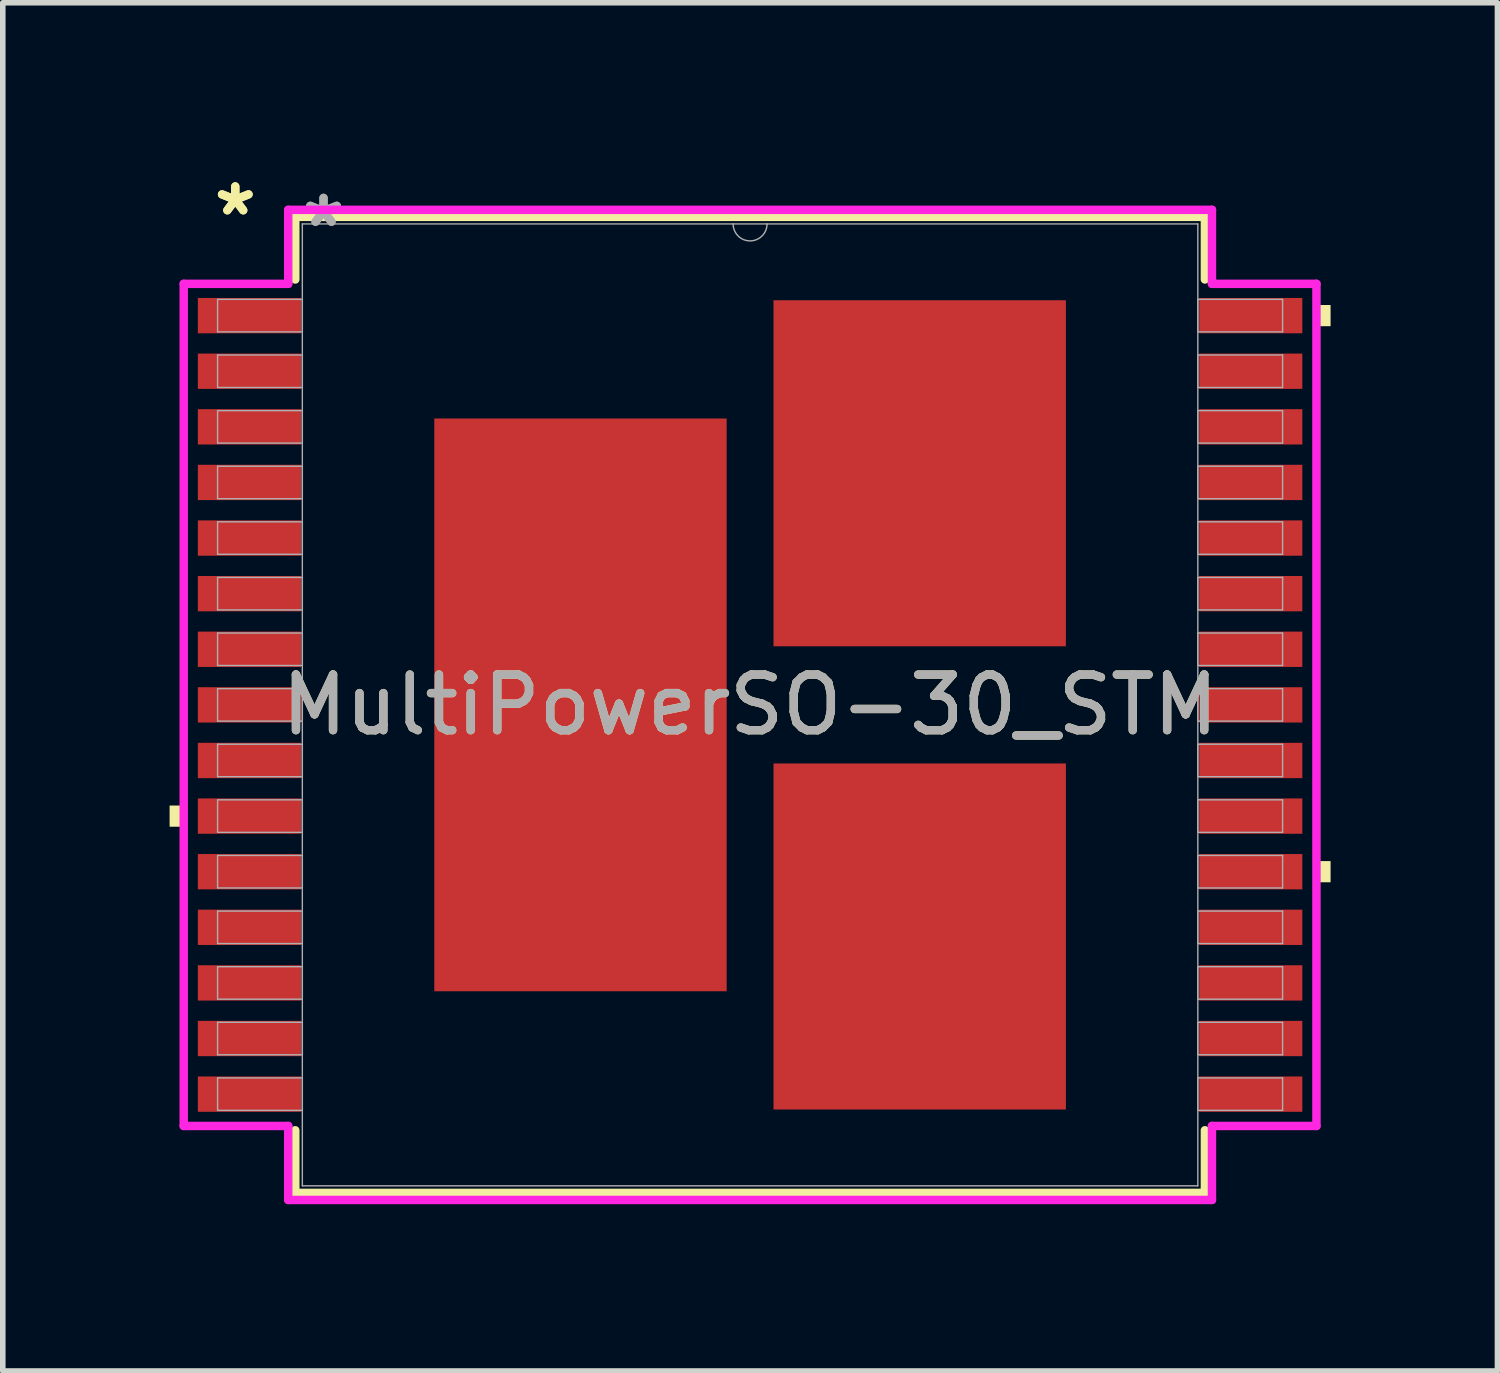
<source format=kicad_pcb>
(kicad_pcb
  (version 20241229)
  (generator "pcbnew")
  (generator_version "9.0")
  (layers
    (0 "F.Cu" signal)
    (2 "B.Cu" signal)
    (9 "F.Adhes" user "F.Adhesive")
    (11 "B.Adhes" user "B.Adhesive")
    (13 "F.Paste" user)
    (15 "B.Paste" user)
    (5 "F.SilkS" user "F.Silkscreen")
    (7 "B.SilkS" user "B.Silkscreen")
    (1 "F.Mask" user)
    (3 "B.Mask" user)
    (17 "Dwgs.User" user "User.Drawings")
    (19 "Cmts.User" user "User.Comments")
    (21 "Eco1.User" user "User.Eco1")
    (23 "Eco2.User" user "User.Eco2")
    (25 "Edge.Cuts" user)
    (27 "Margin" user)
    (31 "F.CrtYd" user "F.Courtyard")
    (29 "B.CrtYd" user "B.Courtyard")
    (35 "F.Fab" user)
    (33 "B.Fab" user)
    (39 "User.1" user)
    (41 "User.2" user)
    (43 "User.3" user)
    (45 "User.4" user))
  (footprint "MultiPowerSO-30_STM"
    (layer "F.Cu")
    (at 10.439 9.626)
    (property "Reference" "MultiPowerSO-30_STM" (at 0 0 0) (unlocked yes) (layer "F.SilkS") (effects (font (size 1 1) (thickness 0.15))))
    (attr smd)
    (fp_line (start -8.179 -8.776) (end -8.179 -7.65) (stroke (width 0.152) (type solid)) (layer "F.SilkS"))
    (fp_line (start -8.179 7.65) (end -8.179 8.776) (stroke (width 0.152) (type solid)) (layer "F.SilkS"))
    (fp_line (start -8.179 8.776) (end 8.179 8.776) (stroke (width 0.152) (type solid)) (layer "F.SilkS"))
    (fp_line (start 8.179 -8.776) (end -8.179 -8.776) (stroke (width 0.152) (type solid)) (layer "F.SilkS"))
    (fp_line (start 8.179 -7.65) (end 8.179 -8.776) (stroke (width 0.152) (type solid)) (layer "F.SilkS"))
    (fp_line (start 8.179 8.776) (end 8.179 7.65) (stroke (width 0.152) (type solid)) (layer "F.SilkS"))
    (fp_poly (pts (xy -10.439 1.81) (xy -10.439 2.191) (xy -10.185 2.191) (xy -10.185 1.81)) (stroke (width 0) (type solid)) (fill yes) (layer "F.SilkS"))
    (fp_poly (pts (xy 10.439 -7.191) (xy 10.439 -6.81) (xy 10.185 -6.81) (xy 10.185 -7.191)) (stroke (width 0) (type solid)) (fill yes) (layer "F.SilkS"))
    (fp_poly (pts (xy 10.439 2.809) (xy 10.439 3.19) (xy 10.185 3.19) (xy 10.185 2.809)) (stroke (width 0) (type solid)) (fill yes) (layer "F.SilkS"))
    (fp_line (start -10.185 -7.572) (end -8.306 -7.572) (stroke (width 0.152) (type solid)) (layer "F.CrtYd"))
    (fp_line (start -10.185 7.572) (end -10.185 -7.572) (stroke (width 0.152) (type solid)) (layer "F.CrtYd"))
    (fp_line (start -10.185 7.572) (end -8.306 7.572) (stroke (width 0.152) (type solid)) (layer "F.CrtYd"))
    (fp_line (start -8.306 -8.903) (end 8.306 -8.903) (stroke (width 0.152) (type solid)) (layer "F.CrtYd"))
    (fp_line (start -8.306 -7.572) (end -8.306 -8.903) (stroke (width 0.152) (type solid)) (layer "F.CrtYd"))
    (fp_line (start -8.306 8.903) (end -8.306 7.572) (stroke (width 0.152) (type solid)) (layer "F.CrtYd"))
    (fp_line (start 8.306 -8.903) (end 8.306 -7.572) (stroke (width 0.152) (type solid)) (layer "F.CrtYd"))
    (fp_line (start 8.306 7.572) (end 8.306 8.903) (stroke (width 0.152) (type solid)) (layer "F.CrtYd"))
    (fp_line (start 8.306 8.903) (end -8.306 8.903) (stroke (width 0.152) (type solid)) (layer "F.CrtYd"))
    (fp_line (start 10.185 -7.572) (end 8.306 -7.572) (stroke (width 0.152) (type solid)) (layer "F.CrtYd"))
    (fp_line (start 10.185 -7.572) (end 10.185 7.572) (stroke (width 0.152) (type solid)) (layer "F.CrtYd"))
    (fp_line (start 10.185 7.572) (end 8.306 7.572) (stroke (width 0.152) (type solid)) (layer "F.CrtYd"))
    (fp_line (start -9.576 -7.292) (end -9.576 -6.708) (stroke (width 0.025) (type solid)) (layer "F.Fab"))
    (fp_line (start -9.576 -6.708) (end -8.052 -6.708) (stroke (width 0.025) (type solid)) (layer "F.Fab"))
    (fp_line (start -9.576 -6.292) (end -9.576 -5.708) (stroke (width 0.025) (type solid)) (layer "F.Fab"))
    (fp_line (start -9.576 -5.708) (end -8.052 -5.708) (stroke (width 0.025) (type solid)) (layer "F.Fab"))
    (fp_line (start -9.576 -5.292) (end -9.576 -4.708) (stroke (width 0.025) (type solid)) (layer "F.Fab"))
    (fp_line (start -9.576 -4.708) (end -8.052 -4.708) (stroke (width 0.025) (type solid)) (layer "F.Fab"))
    (fp_line (start -9.576 -4.292) (end -9.576 -3.708) (stroke (width 0.025) (type solid)) (layer "F.Fab"))
    (fp_line (start -9.576 -3.708) (end -8.052 -3.708) (stroke (width 0.025) (type solid)) (layer "F.Fab"))
    (fp_line (start -9.576 -3.292) (end -9.576 -2.708) (stroke (width 0.025) (type solid)) (layer "F.Fab"))
    (fp_line (start -9.576 -2.708) (end -8.052 -2.708) (stroke (width 0.025) (type solid)) (layer "F.Fab"))
    (fp_line (start -9.576 -2.292) (end -9.576 -1.708) (stroke (width 0.025) (type solid)) (layer "F.Fab"))
    (fp_line (start -9.576 -1.708) (end -8.052 -1.708) (stroke (width 0.025) (type solid)) (layer "F.Fab"))
    (fp_line (start -9.576 -1.292) (end -9.576 -0.708) (stroke (width 0.025) (type solid)) (layer "F.Fab"))
    (fp_line (start -9.576 -0.708) (end -8.052 -0.708) (stroke (width 0.025) (type solid)) (layer "F.Fab"))
    (fp_line (start -9.576 -0.292) (end -9.576 0.292) (stroke (width 0.025) (type solid)) (layer "F.Fab"))
    (fp_line (start -9.576 0.292) (end -8.052 0.292) (stroke (width 0.025) (type solid)) (layer "F.Fab"))
    (fp_line (start -9.576 0.708) (end -9.576 1.292) (stroke (width 0.025) (type solid)) (layer "F.Fab"))
    (fp_line (start -9.576 1.292) (end -8.052 1.292) (stroke (width 0.025) (type solid)) (layer "F.Fab"))
    (fp_line (start -9.576 1.708) (end -9.576 2.292) (stroke (width 0.025) (type solid)) (layer "F.Fab"))
    (fp_line (start -9.576 2.292) (end -8.052 2.292) (stroke (width 0.025) (type solid)) (layer "F.Fab"))
    (fp_line (start -9.576 2.708) (end -9.576 3.292) (stroke (width 0.025) (type solid)) (layer "F.Fab"))
    (fp_line (start -9.576 3.292) (end -8.052 3.292) (stroke (width 0.025) (type solid)) (layer "F.Fab"))
    (fp_line (start -9.576 3.708) (end -9.576 4.292) (stroke (width 0.025) (type solid)) (layer "F.Fab"))
    (fp_line (start -9.576 4.292) (end -8.052 4.292) (stroke (width 0.025) (type solid)) (layer "F.Fab"))
    (fp_line (start -9.576 4.708) (end -9.576 5.292) (stroke (width 0.025) (type solid)) (layer "F.Fab"))
    (fp_line (start -9.576 5.292) (end -8.052 5.292) (stroke (width 0.025) (type solid)) (layer "F.Fab"))
    (fp_line (start -9.576 5.708) (end -9.576 6.292) (stroke (width 0.025) (type solid)) (layer "F.Fab"))
    (fp_line (start -9.576 6.292) (end -8.052 6.292) (stroke (width 0.025) (type solid)) (layer "F.Fab"))
    (fp_line (start -9.576 6.708) (end -9.576 7.292) (stroke (width 0.025) (type solid)) (layer "F.Fab"))
    (fp_line (start -9.576 7.292) (end -8.052 7.292) (stroke (width 0.025) (type solid)) (layer "F.Fab"))
    (fp_line (start -8.052 -8.649) (end -8.052 8.649) (stroke (width 0.025) (type solid)) (layer "F.Fab"))
    (fp_line (start -8.052 -7.292) (end -9.576 -7.292) (stroke (width 0.025) (type solid)) (layer "F.Fab"))
    (fp_line (start -8.052 -6.708) (end -8.052 -7.292) (stroke (width 0.025) (type solid)) (layer "F.Fab"))
    (fp_line (start -8.052 -6.292) (end -9.576 -6.292) (stroke (width 0.025) (type solid)) (layer "F.Fab"))
    (fp_line (start -8.052 -5.708) (end -8.052 -6.292) (stroke (width 0.025) (type solid)) (layer "F.Fab"))
    (fp_line (start -8.052 -5.292) (end -9.576 -5.292) (stroke (width 0.025) (type solid)) (layer "F.Fab"))
    (fp_line (start -8.052 -4.708) (end -8.052 -5.292) (stroke (width 0.025) (type solid)) (layer "F.Fab"))
    (fp_line (start -8.052 -4.292) (end -9.576 -4.292) (stroke (width 0.025) (type solid)) (layer "F.Fab"))
    (fp_line (start -8.052 -3.708) (end -8.052 -4.292) (stroke (width 0.025) (type solid)) (layer "F.Fab"))
    (fp_line (start -8.052 -3.292) (end -9.576 -3.292) (stroke (width 0.025) (type solid)) (layer "F.Fab"))
    (fp_line (start -8.052 -2.708) (end -8.052 -3.292) (stroke (width 0.025) (type solid)) (layer "F.Fab"))
    (fp_line (start -8.052 -2.292) (end -9.576 -2.292) (stroke (width 0.025) (type solid)) (layer "F.Fab"))
    (fp_line (start -8.052 -1.708) (end -8.052 -2.292) (stroke (width 0.025) (type solid)) (layer "F.Fab"))
    (fp_line (start -8.052 -1.292) (end -9.576 -1.292) (stroke (width 0.025) (type solid)) (layer "F.Fab"))
    (fp_line (start -8.052 -0.708) (end -8.052 -1.292) (stroke (width 0.025) (type solid)) (layer "F.Fab"))
    (fp_line (start -8.052 -0.292) (end -9.576 -0.292) (stroke (width 0.025) (type solid)) (layer "F.Fab"))
    (fp_line (start -8.052 0.292) (end -8.052 -0.292) (stroke (width 0.025) (type solid)) (layer "F.Fab"))
    (fp_line (start -8.052 0.708) (end -9.576 0.708) (stroke (width 0.025) (type solid)) (layer "F.Fab"))
    (fp_line (start -8.052 1.292) (end -8.052 0.708) (stroke (width 0.025) (type solid)) (layer "F.Fab"))
    (fp_line (start -8.052 1.708) (end -9.576 1.708) (stroke (width 0.025) (type solid)) (layer "F.Fab"))
    (fp_line (start -8.052 2.292) (end -8.052 1.708) (stroke (width 0.025) (type solid)) (layer "F.Fab"))
    (fp_line (start -8.052 2.708) (end -9.576 2.708) (stroke (width 0.025) (type solid)) (layer "F.Fab"))
    (fp_line (start -8.052 3.292) (end -8.052 2.708) (stroke (width 0.025) (type solid)) (layer "F.Fab"))
    (fp_line (start -8.052 3.708) (end -9.576 3.708) (stroke (width 0.025) (type solid)) (layer "F.Fab"))
    (fp_line (start -8.052 4.292) (end -8.052 3.708) (stroke (width 0.025) (type solid)) (layer "F.Fab"))
    (fp_line (start -8.052 4.708) (end -9.576 4.708) (stroke (width 0.025) (type solid)) (layer "F.Fab"))
    (fp_line (start -8.052 5.292) (end -8.052 4.708) (stroke (width 0.025) (type solid)) (layer "F.Fab"))
    (fp_line (start -8.052 5.708) (end -9.576 5.708) (stroke (width 0.025) (type solid)) (layer "F.Fab"))
    (fp_line (start -8.052 6.292) (end -8.052 5.708) (stroke (width 0.025) (type solid)) (layer "F.Fab"))
    (fp_line (start -8.052 6.708) (end -9.576 6.708) (stroke (width 0.025) (type solid)) (layer "F.Fab"))
    (fp_line (start -8.052 7.292) (end -8.052 6.708) (stroke (width 0.025) (type solid)) (layer "F.Fab"))
    (fp_line (start -8.052 8.649) (end 8.052 8.649) (stroke (width 0.025) (type solid)) (layer "F.Fab"))
    (fp_line (start 8.052 -8.649) (end -8.052 -8.649) (stroke (width 0.025) (type solid)) (layer "F.Fab"))
    (fp_line (start 8.052 -7.292) (end 8.052 -6.708) (stroke (width 0.025) (type solid)) (layer "F.Fab"))
    (fp_line (start 8.052 -6.708) (end 9.576 -6.708) (stroke (width 0.025) (type solid)) (layer "F.Fab"))
    (fp_line (start 8.052 -6.292) (end 8.052 -5.708) (stroke (width 0.025) (type solid)) (layer "F.Fab"))
    (fp_line (start 8.052 -5.708) (end 9.576 -5.708) (stroke (width 0.025) (type solid)) (layer "F.Fab"))
    (fp_line (start 8.052 -5.292) (end 8.052 -4.708) (stroke (width 0.025) (type solid)) (layer "F.Fab"))
    (fp_line (start 8.052 -4.708) (end 9.576 -4.708) (stroke (width 0.025) (type solid)) (layer "F.Fab"))
    (fp_line (start 8.052 -4.292) (end 8.052 -3.708) (stroke (width 0.025) (type solid)) (layer "F.Fab"))
    (fp_line (start 8.052 -3.708) (end 9.576 -3.708) (stroke (width 0.025) (type solid)) (layer "F.Fab"))
    (fp_line (start 8.052 -3.292) (end 8.052 -2.708) (stroke (width 0.025) (type solid)) (layer "F.Fab"))
    (fp_line (start 8.052 -2.708) (end 9.576 -2.708) (stroke (width 0.025) (type solid)) (layer "F.Fab"))
    (fp_line (start 8.052 -2.292) (end 8.052 -1.708) (stroke (width 0.025) (type solid)) (layer "F.Fab"))
    (fp_line (start 8.052 -1.708) (end 9.576 -1.708) (stroke (width 0.025) (type solid)) (layer "F.Fab"))
    (fp_line (start 8.052 -1.292) (end 8.052 -0.708) (stroke (width 0.025) (type solid)) (layer "F.Fab"))
    (fp_line (start 8.052 -0.708) (end 9.576 -0.708) (stroke (width 0.025) (type solid)) (layer "F.Fab"))
    (fp_line (start 8.052 -0.292) (end 8.052 0.292) (stroke (width 0.025) (type solid)) (layer "F.Fab"))
    (fp_line (start 8.052 0.292) (end 9.576 0.292) (stroke (width 0.025) (type solid)) (layer "F.Fab"))
    (fp_line (start 8.052 0.708) (end 8.052 1.292) (stroke (width 0.025) (type solid)) (layer "F.Fab"))
    (fp_line (start 8.052 1.292) (end 9.576 1.292) (stroke (width 0.025) (type solid)) (layer "F.Fab"))
    (fp_line (start 8.052 1.708) (end 8.052 2.292) (stroke (width 0.025) (type solid)) (layer "F.Fab"))
    (fp_line (start 8.052 2.292) (end 9.576 2.292) (stroke (width 0.025) (type solid)) (layer "F.Fab"))
    (fp_line (start 8.052 2.708) (end 8.052 3.292) (stroke (width 0.025) (type solid)) (layer "F.Fab"))
    (fp_line (start 8.052 3.292) (end 9.576 3.292) (stroke (width 0.025) (type solid)) (layer "F.Fab"))
    (fp_line (start 8.052 3.708) (end 8.052 4.292) (stroke (width 0.025) (type solid)) (layer "F.Fab"))
    (fp_line (start 8.052 4.292) (end 9.576 4.292) (stroke (width 0.025) (type solid)) (layer "F.Fab"))
    (fp_line (start 8.052 4.708) (end 8.052 5.292) (stroke (width 0.025) (type solid)) (layer "F.Fab"))
    (fp_line (start 8.052 5.292) (end 9.576 5.292) (stroke (width 0.025) (type solid)) (layer "F.Fab"))
    (fp_line (start 8.052 5.708) (end 8.052 6.292) (stroke (width 0.025) (type solid)) (layer "F.Fab"))
    (fp_line (start 8.052 6.292) (end 9.576 6.292) (stroke (width 0.025) (type solid)) (layer "F.Fab"))
    (fp_line (start 8.052 6.708) (end 8.052 7.292) (stroke (width 0.025) (type solid)) (layer "F.Fab"))
    (fp_line (start 8.052 7.292) (end 9.576 7.292) (stroke (width 0.025) (type solid)) (layer "F.Fab"))
    (fp_line (start 8.052 8.649) (end 8.052 -8.649) (stroke (width 0.025) (type solid)) (layer "F.Fab"))
    (fp_line (start 9.576 -7.292) (end 8.052 -7.292) (stroke (width 0.025) (type solid)) (layer "F.Fab"))
    (fp_line (start 9.576 -6.708) (end 9.576 -7.292) (stroke (width 0.025) (type solid)) (layer "F.Fab"))
    (fp_line (start 9.576 -6.292) (end 8.052 -6.292) (stroke (width 0.025) (type solid)) (layer "F.Fab"))
    (fp_line (start 9.576 -5.708) (end 9.576 -6.292) (stroke (width 0.025) (type solid)) (layer "F.Fab"))
    (fp_line (start 9.576 -5.292) (end 8.052 -5.292) (stroke (width 0.025) (type solid)) (layer "F.Fab"))
    (fp_line (start 9.576 -4.708) (end 9.576 -5.292) (stroke (width 0.025) (type solid)) (layer "F.Fab"))
    (fp_line (start 9.576 -4.292) (end 8.052 -4.292) (stroke (width 0.025) (type solid)) (layer "F.Fab"))
    (fp_line (start 9.576 -3.708) (end 9.576 -4.292) (stroke (width 0.025) (type solid)) (layer "F.Fab"))
    (fp_line (start 9.576 -3.292) (end 8.052 -3.292) (stroke (width 0.025) (type solid)) (layer "F.Fab"))
    (fp_line (start 9.576 -2.708) (end 9.576 -3.292) (stroke (width 0.025) (type solid)) (layer "F.Fab"))
    (fp_line (start 9.576 -2.292) (end 8.052 -2.292) (stroke (width 0.025) (type solid)) (layer "F.Fab"))
    (fp_line (start 9.576 -1.708) (end 9.576 -2.292) (stroke (width 0.025) (type solid)) (layer "F.Fab"))
    (fp_line (start 9.576 -1.292) (end 8.052 -1.292) (stroke (width 0.025) (type solid)) (layer "F.Fab"))
    (fp_line (start 9.576 -0.708) (end 9.576 -1.292) (stroke (width 0.025) (type solid)) (layer "F.Fab"))
    (fp_line (start 9.576 -0.292) (end 8.052 -0.292) (stroke (width 0.025) (type solid)) (layer "F.Fab"))
    (fp_line (start 9.576 0.292) (end 9.576 -0.292) (stroke (width 0.025) (type solid)) (layer "F.Fab"))
    (fp_line (start 9.576 0.708) (end 8.052 0.708) (stroke (width 0.025) (type solid)) (layer "F.Fab"))
    (fp_line (start 9.576 1.292) (end 9.576 0.708) (stroke (width 0.025) (type solid)) (layer "F.Fab"))
    (fp_line (start 9.576 1.708) (end 8.052 1.708) (stroke (width 0.025) (type solid)) (layer "F.Fab"))
    (fp_line (start 9.576 2.292) (end 9.576 1.708) (stroke (width 0.025) (type solid)) (layer "F.Fab"))
    (fp_line (start 9.576 2.708) (end 8.052 2.708) (stroke (width 0.025) (type solid)) (layer "F.Fab"))
    (fp_line (start 9.576 3.292) (end 9.576 2.708) (stroke (width 0.025) (type solid)) (layer "F.Fab"))
    (fp_line (start 9.576 3.708) (end 8.052 3.708) (stroke (width 0.025) (type solid)) (layer "F.Fab"))
    (fp_line (start 9.576 4.292) (end 9.576 3.708) (stroke (width 0.025) (type solid)) (layer "F.Fab"))
    (fp_line (start 9.576 4.708) (end 8.052 4.708) (stroke (width 0.025) (type solid)) (layer "F.Fab"))
    (fp_line (start 9.576 5.292) (end 9.576 4.708) (stroke (width 0.025) (type solid)) (layer "F.Fab"))
    (fp_line (start 9.576 5.708) (end 8.052 5.708) (stroke (width 0.025) (type solid)) (layer "F.Fab"))
    (fp_line (start 9.576 6.292) (end 9.576 5.708) (stroke (width 0.025) (type solid)) (layer "F.Fab"))
    (fp_line (start 9.576 6.708) (end 8.052 6.708) (stroke (width 0.025) (type solid)) (layer "F.Fab"))
    (fp_line (start 9.576 7.292) (end 9.576 6.708) (stroke (width 0.025) (type solid)) (layer "F.Fab"))
    (fp_arc (start 0.3048 -8.6487) (mid 0 -8.3439) (end -0.3048 -8.6487) (stroke (width 0.0254) (type solid)) (layer "F.Fab"))
    (fp_text user "*" (at -9.258 -8.778 0) (layer "F.SilkS") (effects (font (size 1 1) (thickness 0.15))))
    (fp_text user "*" (at -9.258 -8.778 0) (unlocked yes) (layer "F.SilkS") (effects (font (size 1 1) (thickness 0.15))))
    (fp_text user "${REFERENCE}" (at 0 0 0) (unlocked yes) (layer "F.Fab") (effects (font (size 1 1) (thickness 0.15))))
    (fp_text user "*" (at -7.671 -8.572 0) (unlocked yes) (layer "F.Fab") (effects (font (size 1 1) (thickness 0.15))))
    (fp_text user "*" (at -7.671 -8.572 0) (layer "F.Fab") (effects (font (size 1 1) (thickness 0.15))))
    (pad "1" smd rect (at -9.004 -7) (size 1.854 0.635) (layers "F.Cu" "F.Mask" "F.Paste"))
    (pad "2" smd rect (at -9.004 -6) (size 1.854 0.635) (layers "F.Cu" "F.Mask" "F.Paste"))
    (pad "3" smd rect (at -9.004 -5) (size 1.854 0.635) (layers "F.Cu" "F.Mask" "F.Paste"))
    (pad "4" smd rect (at -9.004 -4) (size 1.854 0.635) (layers "F.Cu" "F.Mask" "F.Paste"))
    (pad "5" smd rect (at -9.004 -3) (size 1.854 0.635) (layers "F.Cu" "F.Mask" "F.Paste"))
    (pad "6" smd rect (at -9.004 -2) (size 1.854 0.635) (layers "F.Cu" "F.Mask" "F.Paste"))
    (pad "7" smd rect (at -9.004 -1) (size 1.854 0.635) (layers "F.Cu" "F.Mask" "F.Paste"))
    (pad "8" smd rect (at -9.004 0) (size 1.854 0.635) (layers "F.Cu" "F.Mask" "F.Paste"))
    (pad "9" smd rect (at -9.004 1) (size 1.854 0.635) (layers "F.Cu" "F.Mask" "F.Paste"))
    (pad "10" smd rect (at -9.004 2) (size 1.854 0.635) (layers "F.Cu" "F.Mask" "F.Paste"))
    (pad "11" smd rect (at -9.004 3) (size 1.854 0.635) (layers "F.Cu" "F.Mask" "F.Paste"))
    (pad "12" smd rect (at -9.004 4) (size 1.854 0.635) (layers "F.Cu" "F.Mask" "F.Paste"))
    (pad "13" smd rect (at -9.004 5) (size 1.854 0.635) (layers "F.Cu" "F.Mask" "F.Paste"))
    (pad "14" smd rect (at -9.004 6) (size 1.854 0.635) (layers "F.Cu" "F.Mask" "F.Paste"))
    (pad "15" smd rect (at -9.004 7) (size 1.854 0.635) (layers "F.Cu" "F.Mask" "F.Paste"))
    (pad "16" smd rect (at 9.004 7) (size 1.854 0.635) (layers "F.Cu" "F.Mask" "F.Paste"))
    (pad "17" smd rect (at 9.004 6) (size 1.854 0.635) (layers "F.Cu" "F.Mask" "F.Paste"))
    (pad "18" smd rect (at 9.004 5) (size 1.854 0.635) (layers "F.Cu" "F.Mask" "F.Paste"))
    (pad "19" smd rect (at 9.004 4) (size 1.854 0.635) (layers "F.Cu" "F.Mask" "F.Paste"))
    (pad "20" smd rect (at 9.004 3) (size 1.854 0.635) (layers "F.Cu" "F.Mask" "F.Paste"))
    (pad "21" smd rect (at 9.004 2) (size 1.854 0.635) (layers "F.Cu" "F.Mask" "F.Paste"))
    (pad "22" smd rect (at 9.004 1) (size 1.854 0.635) (layers "F.Cu" "F.Mask" "F.Paste"))
    (pad "23" smd rect (at 9.004 0) (size 1.854 0.635) (layers "F.Cu" "F.Mask" "F.Paste"))
    (pad "24" smd rect (at 9.004 -1) (size 1.854 0.635) (layers "F.Cu" "F.Mask" "F.Paste"))
    (pad "25" smd rect (at 9.004 -2) (size 1.854 0.635) (layers "F.Cu" "F.Mask" "F.Paste"))
    (pad "26" smd rect (at 9.004 -3) (size 1.854 0.635) (layers "F.Cu" "F.Mask" "F.Paste"))
    (pad "27" smd rect (at 9.004 -4) (size 1.854 0.635) (layers "F.Cu" "F.Mask" "F.Paste"))
    (pad "28" smd rect (at 9.004 -5) (size 1.854 0.635) (layers "F.Cu" "F.Mask" "F.Paste"))
    (pad "29" smd rect (at 9.004 -6) (size 1.854 0.635) (layers "F.Cu" "F.Mask" "F.Paste"))
    (pad "30" smd rect (at 9.004 -7) (size 1.854 0.635) (layers "F.Cu" "F.Mask" "F.Paste"))
    (pad "31" smd rect (at -3.05 0) (size 5.258 10.3) (layers "F.Cu" "F.Mask" "F.Paste"))
    (pad "32" smd rect (at 3.05 -4.165) (size 5.258 6.223) (layers "F.Cu" "F.Mask" "F.Paste"))
    (pad "33" smd rect (at 3.05 4.165) (size 5.258 6.223) (layers "F.Cu" "F.Mask" "F.Paste")))
  (gr_rect
    (start -3 -3)
    (end 23.879 21.605)
    (stroke (width 0.1) (type default))
    (fill no)
    (layer "Edge.Cuts")))
</source>
